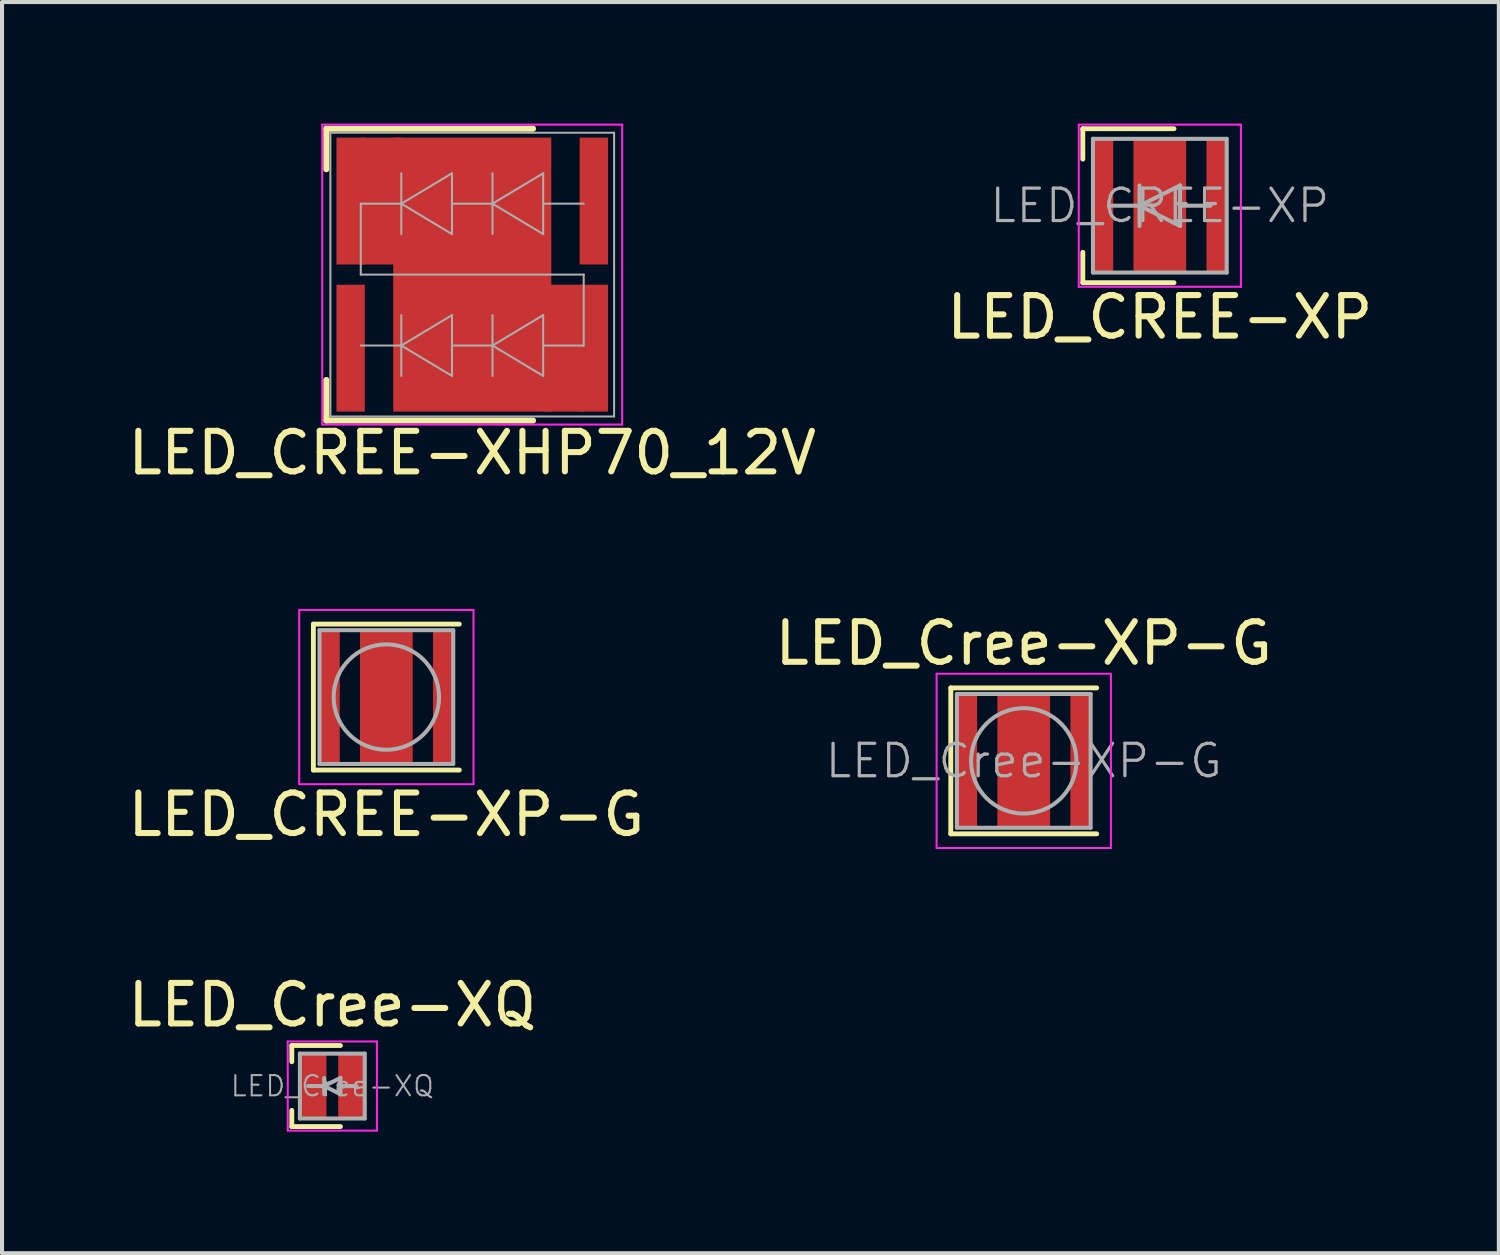
<source format=kicad_pcb>
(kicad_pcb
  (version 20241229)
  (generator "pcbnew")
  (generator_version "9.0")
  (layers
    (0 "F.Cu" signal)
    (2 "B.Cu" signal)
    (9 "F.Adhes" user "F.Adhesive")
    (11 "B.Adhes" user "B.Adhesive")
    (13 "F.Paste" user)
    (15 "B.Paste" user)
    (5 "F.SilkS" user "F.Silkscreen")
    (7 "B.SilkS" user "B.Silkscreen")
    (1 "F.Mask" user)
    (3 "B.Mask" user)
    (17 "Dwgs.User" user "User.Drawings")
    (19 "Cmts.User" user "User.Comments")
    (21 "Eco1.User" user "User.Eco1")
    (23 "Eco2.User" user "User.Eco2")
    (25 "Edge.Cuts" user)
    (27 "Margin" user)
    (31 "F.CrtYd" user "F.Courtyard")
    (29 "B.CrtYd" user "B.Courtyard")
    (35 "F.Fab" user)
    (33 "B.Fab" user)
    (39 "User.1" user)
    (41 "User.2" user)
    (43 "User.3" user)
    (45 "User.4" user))
  (footprint "LED_CREE-XP-G"
    (layer "F.Cu")
    (at 6.482 14.148)
    (property "Reference" "LED_CREE-XP-G" (at 0 2.9 0) (layer "F.SilkS") (effects (font (size 1 1) (thickness 0.15))))
    (attr smd)
    (fp_line (start -1.8 -1.8) (end 1.8 -1.8) (stroke (width 0.12) (type solid)) (layer "F.SilkS"))
    (fp_line (start -1.8 1.8) (end -1.8 -1.8) (stroke (width 0.12) (type solid)) (layer "F.SilkS"))
    (fp_line (start 1.8 1.8) (end -1.8 1.8) (stroke (width 0.12) (type solid)) (layer "F.SilkS"))
    (fp_line (start -2.15 -2.15) (end 2.15 -2.15) (stroke (width 0.05) (type solid)) (layer "F.CrtYd"))
    (fp_line (start -2.15 2.15) (end -2.15 -2.15) (stroke (width 0.05) (type solid)) (layer "F.CrtYd"))
    (fp_line (start 2.15 -2.15) (end 2.15 2.15) (stroke (width 0.05) (type solid)) (layer "F.CrtYd"))
    (fp_line (start 2.15 2.15) (end -2.15 2.15) (stroke (width 0.05) (type solid)) (layer "F.CrtYd"))
    (fp_line (start -1.65 -1.65) (end 1.65 -1.65) (stroke (width 0.1) (type solid)) (layer "F.Fab"))
    (fp_line (start -1.65 1.65) (end -1.65 -1.65) (stroke (width 0.1) (type solid)) (layer "F.Fab"))
    (fp_line (start 1.65 -1.65) (end 1.65 1.65) (stroke (width 0.1) (type solid)) (layer "F.Fab"))
    (fp_line (start 1.65 1.65) (end -1.65 1.65) (stroke (width 0.1) (type solid)) (layer "F.Fab"))
    (fp_circle (center 0 0) (end 0 1.3) (stroke (width 0.1) (type solid)) (fill no) (layer "F.Fab"))
    (pad "1" smd rect (at -1.4 0) (size 0.5 3.3) (layers "F.Cu" "F.Mask" "F.Paste"))
    (pad "2" smd rect (at 1.4 0) (size 0.5 3.3) (layers "F.Cu" "F.Mask" "F.Paste"))
    (pad "3" smd rect (at 0 0) (size 1.3 3.3) (layers "F.Cu" "F.Mask" "F.Paste")))
  (footprint "LED_Cree-XP-G"
    (layer "F.Cu")
    (at 22.208 15.722)
    (property "Reference" "LED_Cree-XP-G" (at 0 -2.9 0) (layer "F.SilkS") (effects (font (size 1 1) (thickness 0.15))))
    (attr smd)
    (fp_line (start -1.8 -1.8) (end 1.8 -1.8) (stroke (width 0.12) (type solid)) (layer "F.SilkS"))
    (fp_line (start -1.8 1.8) (end -1.8 -1.8) (stroke (width 0.12) (type solid)) (layer "F.SilkS"))
    (fp_line (start 1.8 1.8) (end -1.8 1.8) (stroke (width 0.12) (type solid)) (layer "F.SilkS"))
    (fp_line (start -2.15 -2.15) (end 2.15 -2.15) (stroke (width 0.05) (type solid)) (layer "F.CrtYd"))
    (fp_line (start -2.15 2.15) (end -2.15 -2.15) (stroke (width 0.05) (type solid)) (layer "F.CrtYd"))
    (fp_line (start 2.15 -2.15) (end 2.15 2.15) (stroke (width 0.05) (type solid)) (layer "F.CrtYd"))
    (fp_line (start 2.15 2.15) (end -2.15 2.15) (stroke (width 0.05) (type solid)) (layer "F.CrtYd"))
    (fp_line (start -1.65 -1.65) (end 1.65 -1.65) (stroke (width 0.1) (type solid)) (layer "F.Fab"))
    (fp_line (start -1.65 1.65) (end -1.65 -1.65) (stroke (width 0.1) (type solid)) (layer "F.Fab"))
    (fp_line (start 1.65 -1.65) (end 1.65 1.65) (stroke (width 0.1) (type solid)) (layer "F.Fab"))
    (fp_line (start 1.65 1.65) (end -1.65 1.65) (stroke (width 0.1) (type solid)) (layer "F.Fab"))
    (fp_circle (center 0 0) (end 0 1.3) (stroke (width 0.1) (type solid)) (fill no) (layer "F.Fab"))
    (fp_text user "${REFERENCE}" (at 0 0 0) (layer "F.Fab") (effects (font (size 0.8 0.8) (thickness 0.08))))
    (pad "" smd rect (at 0 -1) (size 1.01 0.75) (layers "F.Paste"))
    (pad "" smd rect (at 0 0) (size 1.01 0.75) (layers "F.Paste"))
    (pad "" smd rect (at 0 1) (size 1.01 0.75) (layers "F.Paste"))
    (pad "1" smd rect (at -1.4 0) (size 0.5 3.3) (layers "F.Cu" "F.Mask" "F.Paste"))
    (pad "2" smd rect (at 1.4 0) (size 0.5 3.3) (layers "F.Cu" "F.Mask" "F.Paste"))
    (pad "3" smd rect (at 0 0) (size 1.3 3.3) (layers "F.Cu" "F.Mask")))
  (footprint "LED_CREE-XHP70_12V"
    (layer "F.Cu")
    (at 8.601 3.725)
    (property "Reference" "LED_CREE-XHP70_12V" (at 0 4.4 0) (layer "F.SilkS") (effects (font (size 1 1) (thickness 0.15))))
    (attr smd)
    (fp_line (start -3.6 -3.6) (end -3.6 -2.6) (stroke (width 0.15) (type solid)) (layer "F.SilkS"))
    (fp_line (start -3.6 3.6) (end -3.6 2.6) (stroke (width 0.15) (type solid)) (layer "F.SilkS"))
    (fp_line (start 1.5 -3.6) (end -3.6 -3.6) (stroke (width 0.15) (type solid)) (layer "F.SilkS"))
    (fp_line (start 1.5 3.6) (end -3.6 3.6) (stroke (width 0.15) (type solid)) (layer "F.SilkS"))
    (fp_line (start -3.7 -3.7) (end -3.7 3.7) (stroke (width 0.05) (type solid)) (layer "F.CrtYd"))
    (fp_line (start -3.7 3.7) (end 3.7 3.7) (stroke (width 0.05) (type solid)) (layer "F.CrtYd"))
    (fp_line (start 3.7 -3.7) (end -3.7 -3.7) (stroke (width 0.05) (type solid)) (layer "F.CrtYd"))
    (fp_line (start 3.7 3.7) (end 3.7 -3.7) (stroke (width 0.05) (type solid)) (layer "F.CrtYd"))
    (fp_line (start -3.5 -3.5) (end -3.5 3.5) (stroke (width 0.05) (type solid)) (layer "F.Fab"))
    (fp_line (start -3.5 3.5) (end 3.5 3.5) (stroke (width 0.05) (type solid)) (layer "F.Fab"))
    (fp_line (start -2.75 -1.75) (end -2.75 0) (stroke (width 0.05) (type solid)) (layer "F.Fab"))
    (fp_line (start -2.75 -1.75) (end -1.75 -1.75) (stroke (width 0.05) (type solid)) (layer "F.Fab"))
    (fp_line (start -2.75 0) (end 2.75 0) (stroke (width 0.05) (type solid)) (layer "F.Fab"))
    (fp_line (start -2.75 1.75) (end -1.75 1.75) (stroke (width 0.05) (type solid)) (layer "F.Fab"))
    (fp_line (start -1.75 -1.75) (end -1.75 -2.5) (stroke (width 0.05) (type solid)) (layer "F.Fab"))
    (fp_line (start -1.75 -1.75) (end -1.75 -1) (stroke (width 0.05) (type solid)) (layer "F.Fab"))
    (fp_line (start -1.75 -1.75) (end -0.5 -1) (stroke (width 0.05) (type solid)) (layer "F.Fab"))
    (fp_line (start -1.75 1.75) (end -1.75 1) (stroke (width 0.05) (type solid)) (layer "F.Fab"))
    (fp_line (start -1.75 1.75) (end -1.75 2.5) (stroke (width 0.05) (type solid)) (layer "F.Fab"))
    (fp_line (start -1.75 1.75) (end -0.5 2.5) (stroke (width 0.05) (type solid)) (layer "F.Fab"))
    (fp_line (start -0.5 -2.5) (end -1.75 -1.75) (stroke (width 0.05) (type solid)) (layer "F.Fab"))
    (fp_line (start -0.5 -1.75) (end 0.5 -1.75) (stroke (width 0.05) (type solid)) (layer "F.Fab"))
    (fp_line (start -0.5 -1) (end -0.5 -2.5) (stroke (width 0.05) (type solid)) (layer "F.Fab"))
    (fp_line (start -0.5 1) (end -1.75 1.75) (stroke (width 0.05) (type solid)) (layer "F.Fab"))
    (fp_line (start -0.5 1.75) (end 0.5 1.75) (stroke (width 0.05) (type solid)) (layer "F.Fab"))
    (fp_line (start -0.5 2.5) (end -0.5 1) (stroke (width 0.05) (type solid)) (layer "F.Fab"))
    (fp_line (start 0.5 -2.5) (end 0.5 -1) (stroke (width 0.05) (type solid)) (layer "F.Fab"))
    (fp_line (start 0.5 -1.75) (end 1.75 -2.5) (stroke (width 0.05) (type solid)) (layer "F.Fab"))
    (fp_line (start 0.5 1) (end 0.5 2.5) (stroke (width 0.05) (type solid)) (layer "F.Fab"))
    (fp_line (start 0.5 1.75) (end 1.75 1) (stroke (width 0.05) (type solid)) (layer "F.Fab"))
    (fp_line (start 1.75 -1.75) (end 1.75 -2.5) (stroke (width 0.05) (type solid)) (layer "F.Fab"))
    (fp_line (start 1.75 -1.75) (end 1.75 -1) (stroke (width 0.05) (type solid)) (layer "F.Fab"))
    (fp_line (start 1.75 -1) (end 0.5 -1.75) (stroke (width 0.05) (type solid)) (layer "F.Fab"))
    (fp_line (start 1.75 1.75) (end 1.75 1) (stroke (width 0.05) (type solid)) (layer "F.Fab"))
    (fp_line (start 1.75 1.75) (end 1.75 2.5) (stroke (width 0.05) (type solid)) (layer "F.Fab"))
    (fp_line (start 1.75 2.5) (end 0.5 1.75) (stroke (width 0.05) (type solid)) (layer "F.Fab"))
    (fp_line (start 2.75 -1.75) (end 1.75 -1.75) (stroke (width 0.05) (type solid)) (layer "F.Fab"))
    (fp_line (start 2.75 0) (end 2.75 1.75) (stroke (width 0.05) (type solid)) (layer "F.Fab"))
    (fp_line (start 2.75 1.75) (end 1.75 1.75) (stroke (width 0.05) (type solid)) (layer "F.Fab"))
    (fp_line (start 3.5 -3.5) (end -3.5 -3.5) (stroke (width 0.05) (type solid)) (layer "F.Fab"))
    (fp_line (start 3.5 3.5) (end 3.5 -3.5) (stroke (width 0.05) (type solid)) (layer "F.Fab"))
    (pad "" smd rect (at -3 -1.815) (size 0.7 3.13) (layers "F.Cu" "F.Mask" "F.Paste"))
    (pad "" smd rect (at -2.25 -1.815) (size 1 3.13) (layers "F.Cu" "F.Mask"))
    (pad "" smd rect (at -0.77 -2.31) (size 1.29 1.29) (layers "F.Cu" "F.Mask" "F.Paste"))
    (pad "" smd rect (at -0.77 -0.77) (size 1.29 1.29) (layers "F.Cu" "F.Mask" "F.Paste"))
    (pad "" smd rect (at -0.77 0.77) (size 1.29 1.29) (layers "F.Cu" "F.Mask" "F.Paste"))
    (pad "" smd rect (at -0.77 2.31) (size 1.29 1.29) (layers "F.Cu" "F.Mask" "F.Paste"))
    (pad "" smd rect (at 0 0) (size 3.9 6.76) (layers "F.Cu" "F.Mask"))
    (pad "" smd rect (at 0.77 -2.31) (size 1.29 1.29) (layers "F.Cu" "F.Mask" "F.Paste"))
    (pad "" smd rect (at 0.77 -0.77) (size 1.29 1.29) (layers "F.Cu" "F.Mask" "F.Paste"))
    (pad "" smd rect (at 0.77 0.77) (size 1.29 1.29) (layers "F.Cu" "F.Mask" "F.Paste"))
    (pad "" smd rect (at 0.77 2.31) (size 1.29 1.29) (layers "F.Cu" "F.Mask" "F.Paste"))
    (pad "" smd rect (at 2.25 1.815) (size 1 3.13) (layers "F.Cu" "F.Mask"))
    (pad "" smd rect (at 3 1.815) (size 0.7 3.13) (layers "F.Cu" "F.Mask" "F.Paste"))
    (pad "1" smd rect (at -3 1.815) (size 0.7 3.13) (layers "F.Cu" "F.Mask" "F.Paste"))
    (pad "2" smd rect (at 3 -1.815) (size 0.7 3.13) (layers "F.Cu" "F.Mask" "F.Paste")))
  (footprint "LED_Cree-XQ"
    (layer "F.Cu")
    (at 5.149 23.745)
    (property "Reference" "LED_Cree-XQ" (at 0 -2 0) (layer "F.SilkS") (effects (font (size 1 1) (thickness 0.15))))
    (attr smd)
    (fp_line (start -1 -1) (end -1 -0.6) (stroke (width 0.12) (type solid)) (layer "F.SilkS"))
    (fp_line (start -1 1) (end -1 0.6) (stroke (width 0.12) (type solid)) (layer "F.SilkS"))
    (fp_line (start 0.2 -1) (end -1 -1) (stroke (width 0.12) (type solid)) (layer "F.SilkS"))
    (fp_line (start 0.2 1) (end -1 1) (stroke (width 0.12) (type solid)) (layer "F.SilkS"))
    (fp_line (start -1.1 -1.1) (end 1.1 -1.1) (stroke (width 0.05) (type solid)) (layer "F.CrtYd"))
    (fp_line (start -1.1 1.1) (end -1.1 -1.1) (stroke (width 0.05) (type solid)) (layer "F.CrtYd"))
    (fp_line (start 1.1 -1.1) (end 1.1 1.1) (stroke (width 0.05) (type solid)) (layer "F.CrtYd"))
    (fp_line (start 1.1 1.1) (end -1.1 1.1) (stroke (width 0.05) (type solid)) (layer "F.CrtYd"))
    (fp_line (start -0.8 -0.8) (end 0.8 -0.8) (stroke (width 0.1) (type solid)) (layer "F.Fab"))
    (fp_line (start -0.8 0.8) (end -0.8 -0.8) (stroke (width 0.1) (type solid)) (layer "F.Fab"))
    (fp_line (start -0.6 0) (end -0.2 0) (stroke (width 0.1) (type solid)) (layer "F.Fab"))
    (fp_line (start -0.2 -0.2) (end -0.2 0.2) (stroke (width 0.1) (type solid)) (layer "F.Fab"))
    (fp_line (start -0.2 0) (end 0.2 -0.2) (stroke (width 0.1) (type solid)) (layer "F.Fab"))
    (fp_line (start 0.2 -0.2) (end 0.2 0.2) (stroke (width 0.1) (type solid)) (layer "F.Fab"))
    (fp_line (start 0.2 0.2) (end -0.2 0) (stroke (width 0.1) (type solid)) (layer "F.Fab"))
    (fp_line (start 0.6 0) (end 0.2 0) (stroke (width 0.1) (type solid)) (layer "F.Fab"))
    (fp_line (start 0.8 -0.8) (end 0.8 0.8) (stroke (width 0.1) (type solid)) (layer "F.Fab"))
    (fp_line (start 0.8 0.8) (end -0.8 0.8) (stroke (width 0.1) (type solid)) (layer "F.Fab"))
    (fp_text user "${REFERENCE}" (at 0 0 0) (layer "F.Fab") (effects (font (size 0.5 0.5) (thickness 0.05))))
    (pad "1" smd rect (at -0.47 0) (size 0.65 1.6) (layers "F.Cu" "F.Mask" "F.Paste"))
    (pad "2" smd rect (at 0.47 0) (size 0.65 1.6) (layers "F.Cu" "F.Mask" "F.Paste")))
  (footprint "LED_CREE-XP"
    (layer "F.Cu")
    (at 25.565 2.025)
    (property "Reference" "LED_CREE-XP" (at 0 2.75 0) (layer "F.SilkS") (effects (font (size 1 1) (thickness 0.15))))
    (attr smd)
    (fp_line (start -1.9 -1.9) (end -1.9 -1.15) (stroke (width 0.12) (type solid)) (layer "F.SilkS"))
    (fp_line (start -1.9 1.9) (end -1.9 1.15) (stroke (width 0.12) (type solid)) (layer "F.SilkS"))
    (fp_line (start 0.35 -1.9) (end -1.9 -1.9) (stroke (width 0.12) (type solid)) (layer "F.SilkS"))
    (fp_line (start 0.35 1.9) (end -1.9 1.9) (stroke (width 0.12) (type solid)) (layer "F.SilkS"))
    (fp_line (start -2 -2) (end 2 -2) (stroke (width 0.05) (type solid)) (layer "F.CrtYd"))
    (fp_line (start -2 2) (end -2 -2) (stroke (width 0.05) (type solid)) (layer "F.CrtYd"))
    (fp_line (start 2 -2) (end 2 2) (stroke (width 0.05) (type solid)) (layer "F.CrtYd"))
    (fp_line (start 2 2) (end -2 2) (stroke (width 0.05) (type solid)) (layer "F.CrtYd"))
    (fp_line (start -1.65 -1.65) (end 1.65 -1.65) (stroke (width 0.1) (type solid)) (layer "F.Fab"))
    (fp_line (start -1.65 1.65) (end -1.65 -1.65) (stroke (width 0.1) (type solid)) (layer "F.Fab"))
    (fp_line (start -1.25 0) (end -0.5 0) (stroke (width 0.1) (type solid)) (layer "F.Fab"))
    (fp_line (start -0.5 -0.5) (end -0.5 0.5) (stroke (width 0.1) (type solid)) (layer "F.Fab"))
    (fp_line (start -0.5 0) (end 0.5 -0.5) (stroke (width 0.1) (type solid)) (layer "F.Fab"))
    (fp_line (start 0.5 -0.5) (end 0.5 0.5) (stroke (width 0.1) (type solid)) (layer "F.Fab"))
    (fp_line (start 0.5 0.5) (end -0.5 0) (stroke (width 0.1) (type solid)) (layer "F.Fab"))
    (fp_line (start 1.25 0) (end 0.5 0) (stroke (width 0.1) (type solid)) (layer "F.Fab"))
    (fp_line (start 1.65 -1.65) (end 1.65 1.65) (stroke (width 0.1) (type solid)) (layer "F.Fab"))
    (fp_line (start 1.65 1.65) (end -1.65 1.65) (stroke (width 0.1) (type solid)) (layer "F.Fab"))
    (fp_text user "${REFERENCE}" (at 0 0 0) (layer "F.Fab") (effects (font (size 0.8 0.8) (thickness 0.08))))
    (pad "1" smd rect (at -1.4 0) (size 0.5 3.3) (layers "F.Cu" "F.Mask" "F.Paste"))
    (pad "2" smd rect (at 1.4 0) (size 0.5 3.3) (layers "F.Cu" "F.Mask" "F.Paste"))
    (pad "3" smd rect (at 0 -1) (size 1 0.75) (layers "F.Cu" "F.Mask" "F.Paste"))
    (pad "3" smd rect (at 0 0) (size 1 0.75) (layers "F.Cu" "F.Mask" "F.Paste"))
    (pad "3" smd rect (at 0 0) (size 1.3 3.3) (layers "F.Cu" "F.Mask"))
    (pad "3" smd rect (at 0 1) (size 1 0.75) (layers "F.Cu" "F.Mask" "F.Paste")))
  (gr_rect
    (start -3 -3)
    (end 33.929 27.87)
    (stroke (width 0.1) (type default))
    (fill no)
    (layer "Edge.Cuts")))
</source>
